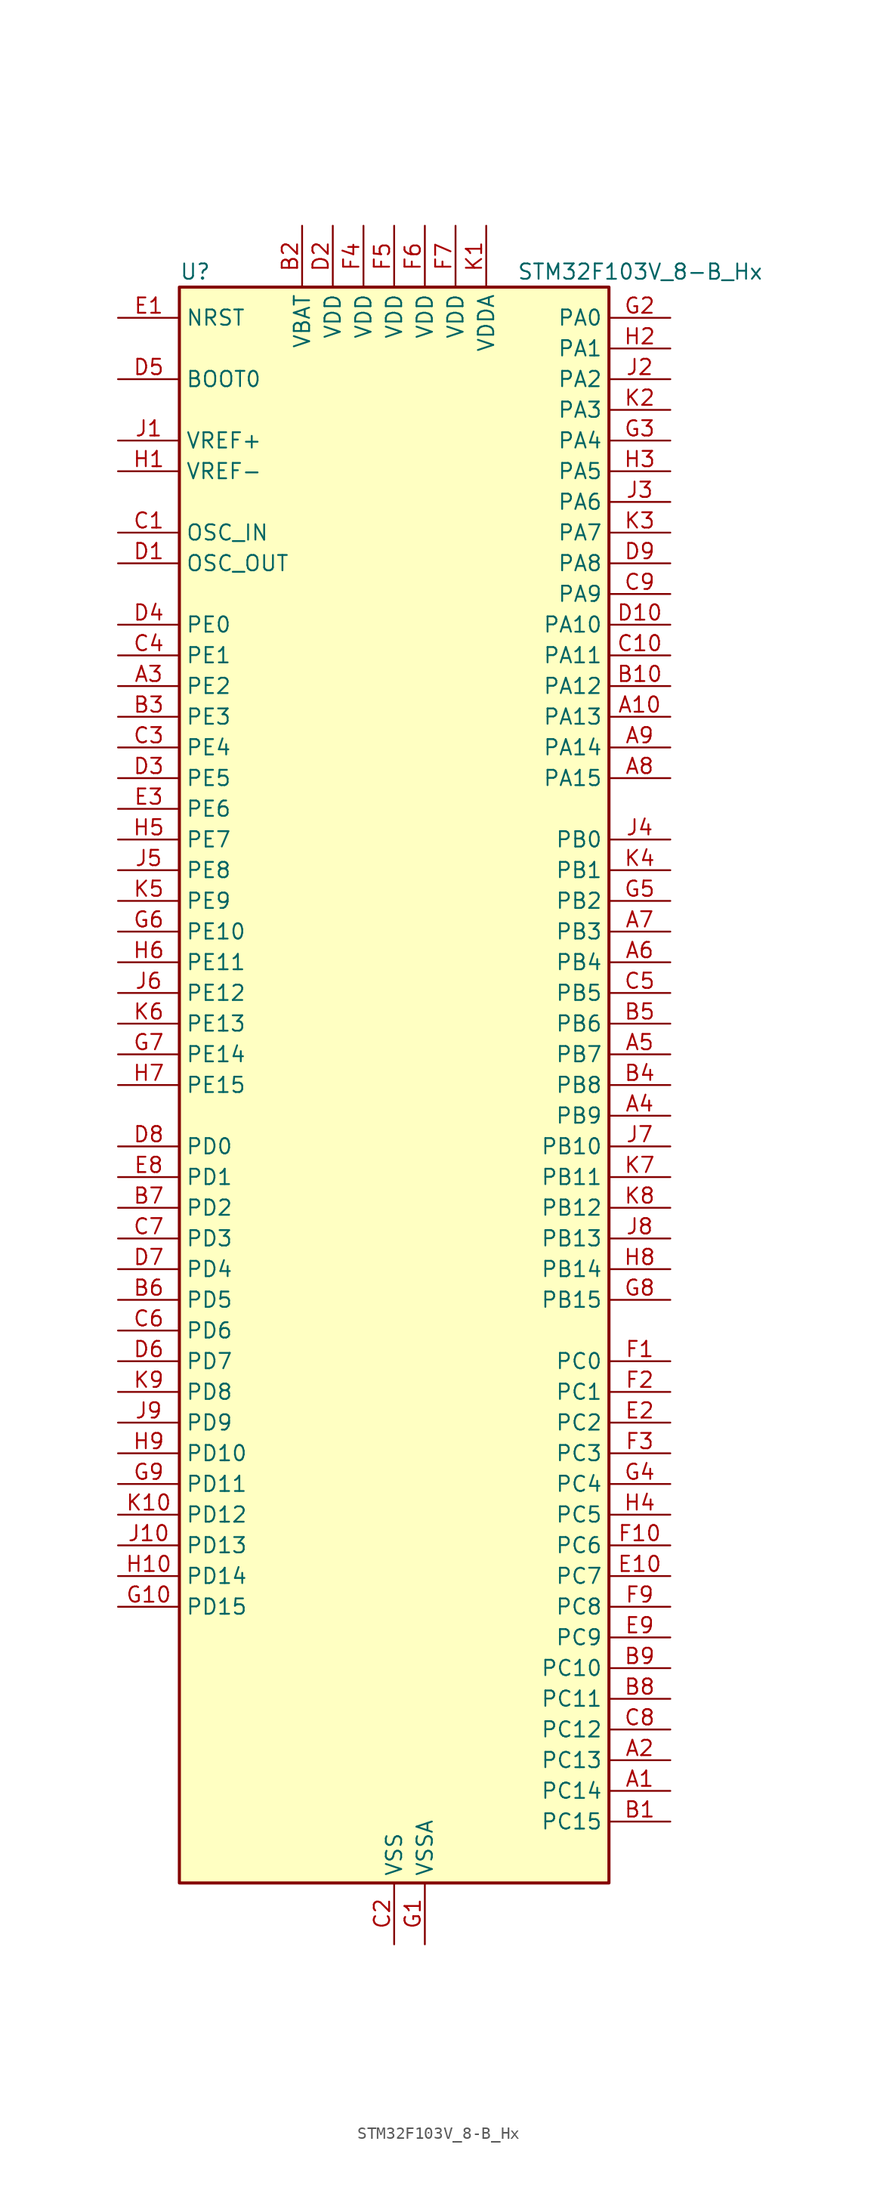
<source format=kicad_sym>
(kicad_symbol_lib
  (version 20220914)
  (generator kicad_symbol_editor)
  (symbol "STM32F103V_8-B_Hx"
    (property "Reference" "U"
      (at -17.78 67.31 0)
      (effects (font (size 1.27 1.27)) (justify left)))
    (property "Value" "STM32F103V_8-B_Hx"
      (at 10.16 67.31 0)
      (effects (font (size 1.27 1.27)) (justify left)))
    (property "ki_locked" ""
      (at 0 0 0)
      (effects (font (size 1.27 1.27))))
    (symbol "STM32F103V_8-B_Hx_0_1"
      (rectangle (start -17.78 -66.04) (end 17.78 66.04) (stroke (width 0.254) (type default)) (fill (type background))))
    (symbol "STM32F103V_8-B_Hx_1_1"
      (pin bidirectional line (at 22.86 -58.42 180) (length 5.08) (name "PC14" (effects (font (size 1.27 1.27)))) (number "A1" (effects (font (size 1.27 1.27)))) (alternate "RCC_OSC32_IN" bidirectional line))
      (pin bidirectional line (at 22.86 30.48 180) (length 5.08) (name "PA13" (effects (font (size 1.27 1.27)))) (number "A10" (effects (font (size 1.27 1.27)))) (alternate "SYS_JTMS-SWDIO" bidirectional line))
      (pin bidirectional line (at 22.86 -55.88 180) (length 5.08) (name "PC13" (effects (font (size 1.27 1.27)))) (number "A2" (effects (font (size 1.27 1.27)))) (alternate "RTC_OUT" bidirectional line) (alternate "RTC_TAMPER" bidirectional line))
      (pin bidirectional line (at -22.86 33.02 0) (length 5.08) (name "PE2" (effects (font (size 1.27 1.27)))) (number "A3" (effects (font (size 1.27 1.27)))) (alternate "SYS_TRACECLK" bidirectional line))
      (pin bidirectional line (at 22.86 -2.54 180) (length 5.08) (name "PB9" (effects (font (size 1.27 1.27)))) (number "A4" (effects (font (size 1.27 1.27)))) (alternate "CAN_TX" bidirectional line) (alternate "I2C1_SDA" bidirectional line) (alternate "TIM4_CH4" bidirectional line))
      (pin bidirectional line (at 22.86 2.54 180) (length 5.08) (name "PB7" (effects (font (size 1.27 1.27)))) (number "A5" (effects (font (size 1.27 1.27)))) (alternate "I2C1_SDA" bidirectional line) (alternate "TIM4_CH2" bidirectional line) (alternate "USART1_RX" bidirectional line))
      (pin bidirectional line (at 22.86 10.16 180) (length 5.08) (name "PB4" (effects (font (size 1.27 1.27)))) (number "A6" (effects (font (size 1.27 1.27)))) (alternate "SPI1_MISO" bidirectional line) (alternate "SYS_NJTRST" bidirectional line) (alternate "TIM3_CH1" bidirectional line))
      (pin bidirectional line (at 22.86 12.7 180) (length 5.08) (name "PB3" (effects (font (size 1.27 1.27)))) (number "A7" (effects (font (size 1.27 1.27)))) (alternate "SPI1_SCK" bidirectional line) (alternate "SYS_JTDO-TRACESWO" bidirectional line) (alternate "TIM2_CH2" bidirectional line))
      (pin bidirectional line (at 22.86 25.4 180) (length 5.08) (name "PA15" (effects (font (size 1.27 1.27)))) (number "A8" (effects (font (size 1.27 1.27)))) (alternate "ADC1_EXTI15" bidirectional line) (alternate "ADC2_EXTI15" bidirectional line) (alternate "SPI1_NSS" bidirectional line) (alternate "SYS_JTDI" bidirectional line) (alternate "TIM2_CH1" bidirectional line) (alternate "TIM2_ETR" bidirectional line))
      (pin bidirectional line (at 22.86 27.94 180) (length 5.08) (name "PA14" (effects (font (size 1.27 1.27)))) (number "A9" (effects (font (size 1.27 1.27)))) (alternate "SYS_JTCK-SWCLK" bidirectional line))
      (pin bidirectional line (at 22.86 -60.96 180) (length 5.08) (name "PC15" (effects (font (size 1.27 1.27)))) (number "B1" (effects (font (size 1.27 1.27)))) (alternate "ADC1_EXTI15" bidirectional line) (alternate "ADC2_EXTI15" bidirectional line) (alternate "RCC_OSC32_OUT" bidirectional line))
      (pin bidirectional line (at 22.86 33.02 180) (length 5.08) (name "PA12" (effects (font (size 1.27 1.27)))) (number "B10" (effects (font (size 1.27 1.27)))) (alternate "CAN_TX" bidirectional line) (alternate "TIM1_ETR" bidirectional line) (alternate "USART1_RTS" bidirectional line) (alternate "USB_DP" bidirectional line))
      (pin power_in line (at -7.62 71.12 270) (length 5.08) (name "VBAT" (effects (font (size 1.27 1.27)))) (number "B2" (effects (font (size 1.27 1.27)))))
      (pin bidirectional line (at -22.86 30.48 0) (length 5.08) (name "PE3" (effects (font (size 1.27 1.27)))) (number "B3" (effects (font (size 1.27 1.27)))) (alternate "SYS_TRACED0" bidirectional line))
      (pin bidirectional line (at 22.86 0 180) (length 5.08) (name "PB8" (effects (font (size 1.27 1.27)))) (number "B4" (effects (font (size 1.27 1.27)))) (alternate "CAN_RX" bidirectional line) (alternate "I2C1_SCL" bidirectional line) (alternate "TIM4_CH3" bidirectional line))
      (pin bidirectional line (at 22.86 5.08 180) (length 5.08) (name "PB6" (effects (font (size 1.27 1.27)))) (number "B5" (effects (font (size 1.27 1.27)))) (alternate "I2C1_SCL" bidirectional line) (alternate "TIM4_CH1" bidirectional line) (alternate "USART1_TX" bidirectional line))
      (pin bidirectional line (at -22.86 -17.78 0) (length 5.08) (name "PD5" (effects (font (size 1.27 1.27)))) (number "B6" (effects (font (size 1.27 1.27)))) (alternate "USART2_TX" bidirectional line))
      (pin bidirectional line (at -22.86 -10.16 0) (length 5.08) (name "PD2" (effects (font (size 1.27 1.27)))) (number "B7" (effects (font (size 1.27 1.27)))) (alternate "TIM3_ETR" bidirectional line))
      (pin bidirectional line (at 22.86 -50.8 180) (length 5.08) (name "PC11" (effects (font (size 1.27 1.27)))) (number "B8" (effects (font (size 1.27 1.27)))) (alternate "ADC1_EXTI11" bidirectional line) (alternate "ADC2_EXTI11" bidirectional line) (alternate "USART3_RX" bidirectional line))
      (pin bidirectional line (at 22.86 -48.26 180) (length 5.08) (name "PC10" (effects (font (size 1.27 1.27)))) (number "B9" (effects (font (size 1.27 1.27)))) (alternate "USART3_TX" bidirectional line))
      (pin input line (at -22.86 45.72 0) (length 5.08) (name "OSC_IN" (effects (font (size 1.27 1.27)))) (number "C1" (effects (font (size 1.27 1.27)))) (alternate "RCC_OSC_IN" bidirectional line))
      (pin bidirectional line (at 22.86 35.56 180) (length 5.08) (name "PA11" (effects (font (size 1.27 1.27)))) (number "C10" (effects (font (size 1.27 1.27)))) (alternate "ADC1_EXTI11" bidirectional line) (alternate "ADC2_EXTI11" bidirectional line) (alternate "CAN_RX" bidirectional line) (alternate "TIM1_CH4" bidirectional line) (alternate "USART1_CTS" bidirectional line) (alternate "USB_DM" bidirectional line))
      (pin power_in line (at 0 -71.12 90) (length 5.08) (name "VSS" (effects (font (size 1.27 1.27)))) (number "C2" (effects (font (size 1.27 1.27)))))
      (pin bidirectional line (at -22.86 27.94 0) (length 5.08) (name "PE4" (effects (font (size 1.27 1.27)))) (number "C3" (effects (font (size 1.27 1.27)))) (alternate "SYS_TRACED1" bidirectional line))
      (pin bidirectional line (at -22.86 35.56 0) (length 5.08) (name "PE1" (effects (font (size 1.27 1.27)))) (number "C4" (effects (font (size 1.27 1.27)))))
      (pin bidirectional line (at 22.86 7.62 180) (length 5.08) (name "PB5" (effects (font (size 1.27 1.27)))) (number "C5" (effects (font (size 1.27 1.27)))) (alternate "I2C1_SMBA" bidirectional line) (alternate "SPI1_MOSI" bidirectional line) (alternate "TIM3_CH2" bidirectional line))
      (pin bidirectional line (at -22.86 -20.32 0) (length 5.08) (name "PD6" (effects (font (size 1.27 1.27)))) (number "C6" (effects (font (size 1.27 1.27)))) (alternate "USART2_RX" bidirectional line))
      (pin bidirectional line (at -22.86 -12.7 0) (length 5.08) (name "PD3" (effects (font (size 1.27 1.27)))) (number "C7" (effects (font (size 1.27 1.27)))) (alternate "USART2_CTS" bidirectional line))
      (pin bidirectional line (at 22.86 -53.34 180) (length 5.08) (name "PC12" (effects (font (size 1.27 1.27)))) (number "C8" (effects (font (size 1.27 1.27)))) (alternate "USART3_CK" bidirectional line))
      (pin bidirectional line (at 22.86 40.64 180) (length 5.08) (name "PA9" (effects (font (size 1.27 1.27)))) (number "C9" (effects (font (size 1.27 1.27)))) (alternate "TIM1_CH2" bidirectional line) (alternate "USART1_TX" bidirectional line))
      (pin input line (at -22.86 43.18 0) (length 5.08) (name "OSC_OUT" (effects (font (size 1.27 1.27)))) (number "D1" (effects (font (size 1.27 1.27)))) (alternate "RCC_OSC_OUT" bidirectional line))
      (pin bidirectional line (at 22.86 38.1 180) (length 5.08) (name "PA10" (effects (font (size 1.27 1.27)))) (number "D10" (effects (font (size 1.27 1.27)))) (alternate "TIM1_CH3" bidirectional line) (alternate "USART1_RX" bidirectional line))
      (pin power_in line (at -5.08 71.12 270) (length 5.08) (name "VDD" (effects (font (size 1.27 1.27)))) (number "D2" (effects (font (size 1.27 1.27)))))
      (pin bidirectional line (at -22.86 25.4 0) (length 5.08) (name "PE5" (effects (font (size 1.27 1.27)))) (number "D3" (effects (font (size 1.27 1.27)))) (alternate "SYS_TRACED2" bidirectional line))
      (pin bidirectional line (at -22.86 38.1 0) (length 5.08) (name "PE0" (effects (font (size 1.27 1.27)))) (number "D4" (effects (font (size 1.27 1.27)))) (alternate "TIM4_ETR" bidirectional line))
      (pin input line (at -22.86 58.42 0) (length 5.08) (name "BOOT0" (effects (font (size 1.27 1.27)))) (number "D5" (effects (font (size 1.27 1.27)))))
      (pin bidirectional line (at -22.86 -22.86 0) (length 5.08) (name "PD7" (effects (font (size 1.27 1.27)))) (number "D6" (effects (font (size 1.27 1.27)))) (alternate "USART2_CK" bidirectional line))
      (pin bidirectional line (at -22.86 -15.24 0) (length 5.08) (name "PD4" (effects (font (size 1.27 1.27)))) (number "D7" (effects (font (size 1.27 1.27)))) (alternate "USART2_RTS" bidirectional line))
      (pin bidirectional line (at -22.86 -5.08 0) (length 5.08) (name "PD0" (effects (font (size 1.27 1.27)))) (number "D8" (effects (font (size 1.27 1.27)))) (alternate "CAN_RX" bidirectional line))
      (pin bidirectional line (at 22.86 43.18 180) (length 5.08) (name "PA8" (effects (font (size 1.27 1.27)))) (number "D9" (effects (font (size 1.27 1.27)))) (alternate "RCC_MCO" bidirectional line) (alternate "TIM1_CH1" bidirectional line) (alternate "USART1_CK" bidirectional line))
      (pin input line (at -22.86 63.5 0) (length 5.08) (name "NRST" (effects (font (size 1.27 1.27)))) (number "E1" (effects (font (size 1.27 1.27)))))
      (pin bidirectional line (at 22.86 -40.64 180) (length 5.08) (name "PC7" (effects (font (size 1.27 1.27)))) (number "E10" (effects (font (size 1.27 1.27)))) (alternate "TIM3_CH2" bidirectional line))
      (pin bidirectional line (at 22.86 -27.94 180) (length 5.08) (name "PC2" (effects (font (size 1.27 1.27)))) (number "E2" (effects (font (size 1.27 1.27)))) (alternate "ADC1_IN12" bidirectional line) (alternate "ADC2_IN12" bidirectional line))
      (pin bidirectional line (at -22.86 22.86 0) (length 5.08) (name "PE6" (effects (font (size 1.27 1.27)))) (number "E3" (effects (font (size 1.27 1.27)))) (alternate "SYS_TRACED3" bidirectional line))
      (pin passive line (at 0 -71.12 90) (length 5.08) hide (name "VSS" (effects (font (size 1.27 1.27)))) (number "E4" (effects (font (size 1.27 1.27)))))
      (pin passive line (at 0 -71.12 90) (length 5.08) hide (name "VSS" (effects (font (size 1.27 1.27)))) (number "E5" (effects (font (size 1.27 1.27)))))
      (pin passive line (at 0 -71.12 90) (length 5.08) hide (name "VSS" (effects (font (size 1.27 1.27)))) (number "E6" (effects (font (size 1.27 1.27)))))
      (pin passive line (at 0 -71.12 90) (length 5.08) hide (name "VSS" (effects (font (size 1.27 1.27)))) (number "E7" (effects (font (size 1.27 1.27)))))
      (pin bidirectional line (at -22.86 -7.62 0) (length 5.08) (name "PD1" (effects (font (size 1.27 1.27)))) (number "E8" (effects (font (size 1.27 1.27)))) (alternate "CAN_TX" bidirectional line))
      (pin bidirectional line (at 22.86 -45.72 180) (length 5.08) (name "PC9" (effects (font (size 1.27 1.27)))) (number "E9" (effects (font (size 1.27 1.27)))) (alternate "TIM3_CH4" bidirectional line))
      (pin bidirectional line (at 22.86 -22.86 180) (length 5.08) (name "PC0" (effects (font (size 1.27 1.27)))) (number "F1" (effects (font (size 1.27 1.27)))) (alternate "ADC1_IN10" bidirectional line) (alternate "ADC2_IN10" bidirectional line))
      (pin bidirectional line (at 22.86 -38.1 180) (length 5.08) (name "PC6" (effects (font (size 1.27 1.27)))) (number "F10" (effects (font (size 1.27 1.27)))) (alternate "TIM3_CH1" bidirectional line))
      (pin bidirectional line (at 22.86 -25.4 180) (length 5.08) (name "PC1" (effects (font (size 1.27 1.27)))) (number "F2" (effects (font (size 1.27 1.27)))) (alternate "ADC1_IN11" bidirectional line) (alternate "ADC2_IN11" bidirectional line))
      (pin bidirectional line (at 22.86 -30.48 180) (length 5.08) (name "PC3" (effects (font (size 1.27 1.27)))) (number "F3" (effects (font (size 1.27 1.27)))) (alternate "ADC1_IN13" bidirectional line) (alternate "ADC2_IN13" bidirectional line))
      (pin power_in line (at -2.54 71.12 270) (length 5.08) (name "VDD" (effects (font (size 1.27 1.27)))) (number "F4" (effects (font (size 1.27 1.27)))))
      (pin power_in line (at 0 71.12 270) (length 5.08) (name "VDD" (effects (font (size 1.27 1.27)))) (number "F5" (effects (font (size 1.27 1.27)))))
      (pin power_in line (at 2.54 71.12 270) (length 5.08) (name "VDD" (effects (font (size 1.27 1.27)))) (number "F6" (effects (font (size 1.27 1.27)))))
      (pin power_in line (at 5.08 71.12 270) (length 5.08) (name "VDD" (effects (font (size 1.27 1.27)))) (number "F7" (effects (font (size 1.27 1.27)))))
      (pin no_connect line (at -17.78 -66.04 0) (length 5.08) hide (name "NC" (effects (font (size 1.27 1.27)))) (number "F8" (effects (font (size 1.27 1.27)))))
      (pin bidirectional line (at 22.86 -43.18 180) (length 5.08) (name "PC8" (effects (font (size 1.27 1.27)))) (number "F9" (effects (font (size 1.27 1.27)))) (alternate "TIM3_CH3" bidirectional line))
      (pin power_in line (at 2.54 -71.12 90) (length 5.08) (name "VSSA" (effects (font (size 1.27 1.27)))) (number "G1" (effects (font (size 1.27 1.27)))))
      (pin bidirectional line (at -22.86 -43.18 0) (length 5.08) (name "PD15" (effects (font (size 1.27 1.27)))) (number "G10" (effects (font (size 1.27 1.27)))) (alternate "ADC1_EXTI15" bidirectional line) (alternate "ADC2_EXTI15" bidirectional line) (alternate "TIM4_CH4" bidirectional line))
      (pin bidirectional line (at 22.86 63.5 180) (length 5.08) (name "PA0" (effects (font (size 1.27 1.27)))) (number "G2" (effects (font (size 1.27 1.27)))) (alternate "ADC1_IN0" bidirectional line) (alternate "ADC2_IN0" bidirectional line) (alternate "SYS_WKUP" bidirectional line) (alternate "TIM2_CH1" bidirectional line) (alternate "TIM2_ETR" bidirectional line) (alternate "USART2_CTS" bidirectional line))
      (pin bidirectional line (at 22.86 53.34 180) (length 5.08) (name "PA4" (effects (font (size 1.27 1.27)))) (number "G3" (effects (font (size 1.27 1.27)))) (alternate "ADC1_IN4" bidirectional line) (alternate "ADC2_IN4" bidirectional line) (alternate "SPI1_NSS" bidirectional line) (alternate "USART2_CK" bidirectional line))
      (pin bidirectional line (at 22.86 -33.02 180) (length 5.08) (name "PC4" (effects (font (size 1.27 1.27)))) (number "G4" (effects (font (size 1.27 1.27)))) (alternate "ADC1_IN14" bidirectional line) (alternate "ADC2_IN14" bidirectional line))
      (pin bidirectional line (at 22.86 15.24 180) (length 5.08) (name "PB2" (effects (font (size 1.27 1.27)))) (number "G5" (effects (font (size 1.27 1.27)))))
      (pin bidirectional line (at -22.86 12.7 0) (length 5.08) (name "PE10" (effects (font (size 1.27 1.27)))) (number "G6" (effects (font (size 1.27 1.27)))) (alternate "TIM1_CH2N" bidirectional line))
      (pin bidirectional line (at -22.86 2.54 0) (length 5.08) (name "PE14" (effects (font (size 1.27 1.27)))) (number "G7" (effects (font (size 1.27 1.27)))) (alternate "TIM1_CH4" bidirectional line))
      (pin bidirectional line (at 22.86 -17.78 180) (length 5.08) (name "PB15" (effects (font (size 1.27 1.27)))) (number "G8" (effects (font (size 1.27 1.27)))) (alternate "ADC1_EXTI15" bidirectional line) (alternate "ADC2_EXTI15" bidirectional line) (alternate "SPI2_MOSI" bidirectional line) (alternate "TIM1_CH3N" bidirectional line))
      (pin bidirectional line (at -22.86 -33.02 0) (length 5.08) (name "PD11" (effects (font (size 1.27 1.27)))) (number "G9" (effects (font (size 1.27 1.27)))) (alternate "ADC1_EXTI11" bidirectional line) (alternate "ADC2_EXTI11" bidirectional line) (alternate "USART3_CTS" bidirectional line))
      (pin input line (at -22.86 50.8 0) (length 5.08) (name "VREF-" (effects (font (size 1.27 1.27)))) (number "H1" (effects (font (size 1.27 1.27)))))
      (pin bidirectional line (at -22.86 -40.64 0) (length 5.08) (name "PD14" (effects (font (size 1.27 1.27)))) (number "H10" (effects (font (size 1.27 1.27)))) (alternate "TIM4_CH3" bidirectional line))
      (pin bidirectional line (at 22.86 60.96 180) (length 5.08) (name "PA1" (effects (font (size 1.27 1.27)))) (number "H2" (effects (font (size 1.27 1.27)))) (alternate "ADC1_IN1" bidirectional line) (alternate "ADC2_IN1" bidirectional line) (alternate "TIM2_CH2" bidirectional line) (alternate "USART2_RTS" bidirectional line))
      (pin bidirectional line (at 22.86 50.8 180) (length 5.08) (name "PA5" (effects (font (size 1.27 1.27)))) (number "H3" (effects (font (size 1.27 1.27)))) (alternate "ADC1_IN5" bidirectional line) (alternate "ADC2_IN5" bidirectional line) (alternate "SPI1_SCK" bidirectional line))
      (pin bidirectional line (at 22.86 -35.56 180) (length 5.08) (name "PC5" (effects (font (size 1.27 1.27)))) (number "H4" (effects (font (size 1.27 1.27)))) (alternate "ADC1_IN15" bidirectional line) (alternate "ADC2_IN15" bidirectional line))
      (pin bidirectional line (at -22.86 20.32 0) (length 5.08) (name "PE7" (effects (font (size 1.27 1.27)))) (number "H5" (effects (font (size 1.27 1.27)))) (alternate "TIM1_ETR" bidirectional line))
      (pin bidirectional line (at -22.86 10.16 0) (length 5.08) (name "PE11" (effects (font (size 1.27 1.27)))) (number "H6" (effects (font (size 1.27 1.27)))) (alternate "ADC1_EXTI11" bidirectional line) (alternate "ADC2_EXTI11" bidirectional line) (alternate "TIM1_CH2" bidirectional line))
      (pin bidirectional line (at -22.86 0 0) (length 5.08) (name "PE15" (effects (font (size 1.27 1.27)))) (number "H7" (effects (font (size 1.27 1.27)))) (alternate "ADC1_EXTI15" bidirectional line) (alternate "ADC2_EXTI15" bidirectional line) (alternate "TIM1_BKIN" bidirectional line))
      (pin bidirectional line (at 22.86 -15.24 180) (length 5.08) (name "PB14" (effects (font (size 1.27 1.27)))) (number "H8" (effects (font (size 1.27 1.27)))) (alternate "SPI2_MISO" bidirectional line) (alternate "TIM1_CH2N" bidirectional line) (alternate "USART3_RTS" bidirectional line))
      (pin bidirectional line (at -22.86 -30.48 0) (length 5.08) (name "PD10" (effects (font (size 1.27 1.27)))) (number "H9" (effects (font (size 1.27 1.27)))) (alternate "USART3_CK" bidirectional line))
      (pin input line (at -22.86 53.34 0) (length 5.08) (name "VREF+" (effects (font (size 1.27 1.27)))) (number "J1" (effects (font (size 1.27 1.27)))))
      (pin bidirectional line (at -22.86 -38.1 0) (length 5.08) (name "PD13" (effects (font (size 1.27 1.27)))) (number "J10" (effects (font (size 1.27 1.27)))) (alternate "TIM4_CH2" bidirectional line))
      (pin bidirectional line (at 22.86 58.42 180) (length 5.08) (name "PA2" (effects (font (size 1.27 1.27)))) (number "J2" (effects (font (size 1.27 1.27)))) (alternate "ADC1_IN2" bidirectional line) (alternate "ADC2_IN2" bidirectional line) (alternate "TIM2_CH3" bidirectional line) (alternate "USART2_TX" bidirectional line))
      (pin bidirectional line (at 22.86 48.26 180) (length 5.08) (name "PA6" (effects (font (size 1.27 1.27)))) (number "J3" (effects (font (size 1.27 1.27)))) (alternate "ADC1_IN6" bidirectional line) (alternate "ADC2_IN6" bidirectional line) (alternate "SPI1_MISO" bidirectional line) (alternate "TIM1_BKIN" bidirectional line) (alternate "TIM3_CH1" bidirectional line))
      (pin bidirectional line (at 22.86 20.32 180) (length 5.08) (name "PB0" (effects (font (size 1.27 1.27)))) (number "J4" (effects (font (size 1.27 1.27)))) (alternate "ADC1_IN8" bidirectional line) (alternate "ADC2_IN8" bidirectional line) (alternate "TIM1_CH2N" bidirectional line) (alternate "TIM3_CH3" bidirectional line))
      (pin bidirectional line (at -22.86 17.78 0) (length 5.08) (name "PE8" (effects (font (size 1.27 1.27)))) (number "J5" (effects (font (size 1.27 1.27)))) (alternate "TIM1_CH1N" bidirectional line))
      (pin bidirectional line (at -22.86 7.62 0) (length 5.08) (name "PE12" (effects (font (size 1.27 1.27)))) (number "J6" (effects (font (size 1.27 1.27)))) (alternate "TIM1_CH3N" bidirectional line))
      (pin bidirectional line (at 22.86 -5.08 180) (length 5.08) (name "PB10" (effects (font (size 1.27 1.27)))) (number "J7" (effects (font (size 1.27 1.27)))) (alternate "I2C2_SCL" bidirectional line) (alternate "TIM2_CH3" bidirectional line) (alternate "USART3_TX" bidirectional line))
      (pin bidirectional line (at 22.86 -12.7 180) (length 5.08) (name "PB13" (effects (font (size 1.27 1.27)))) (number "J8" (effects (font (size 1.27 1.27)))) (alternate "SPI2_SCK" bidirectional line) (alternate "TIM1_CH1N" bidirectional line) (alternate "USART3_CTS" bidirectional line))
      (pin bidirectional line (at -22.86 -27.94 0) (length 5.08) (name "PD9" (effects (font (size 1.27 1.27)))) (number "J9" (effects (font (size 1.27 1.27)))) (alternate "USART3_RX" bidirectional line))
      (pin power_in line (at 7.62 71.12 270) (length 5.08) (name "VDDA" (effects (font (size 1.27 1.27)))) (number "K1" (effects (font (size 1.27 1.27)))))
      (pin bidirectional line (at -22.86 -35.56 0) (length 5.08) (name "PD12" (effects (font (size 1.27 1.27)))) (number "K10" (effects (font (size 1.27 1.27)))) (alternate "TIM4_CH1" bidirectional line) (alternate "USART3_RTS" bidirectional line))
      (pin bidirectional line (at 22.86 55.88 180) (length 5.08) (name "PA3" (effects (font (size 1.27 1.27)))) (number "K2" (effects (font (size 1.27 1.27)))) (alternate "ADC1_IN3" bidirectional line) (alternate "ADC2_IN3" bidirectional line) (alternate "TIM2_CH4" bidirectional line) (alternate "USART2_RX" bidirectional line))
      (pin bidirectional line (at 22.86 45.72 180) (length 5.08) (name "PA7" (effects (font (size 1.27 1.27)))) (number "K3" (effects (font (size 1.27 1.27)))) (alternate "ADC1_IN7" bidirectional line) (alternate "ADC2_IN7" bidirectional line) (alternate "SPI1_MOSI" bidirectional line) (alternate "TIM1_CH1N" bidirectional line) (alternate "TIM3_CH2" bidirectional line))
      (pin bidirectional line (at 22.86 17.78 180) (length 5.08) (name "PB1" (effects (font (size 1.27 1.27)))) (number "K4" (effects (font (size 1.27 1.27)))) (alternate "ADC1_IN9" bidirectional line) (alternate "ADC2_IN9" bidirectional line) (alternate "TIM1_CH3N" bidirectional line) (alternate "TIM3_CH4" bidirectional line))
      (pin bidirectional line (at -22.86 15.24 0) (length 5.08) (name "PE9" (effects (font (size 1.27 1.27)))) (number "K5" (effects (font (size 1.27 1.27)))) (alternate "TIM1_CH1" bidirectional line))
      (pin bidirectional line (at -22.86 5.08 0) (length 5.08) (name "PE13" (effects (font (size 1.27 1.27)))) (number "K6" (effects (font (size 1.27 1.27)))) (alternate "TIM1_CH3" bidirectional line))
      (pin bidirectional line (at 22.86 -7.62 180) (length 5.08) (name "PB11" (effects (font (size 1.27 1.27)))) (number "K7" (effects (font (size 1.27 1.27)))) (alternate "ADC1_EXTI11" bidirectional line) (alternate "ADC2_EXTI11" bidirectional line) (alternate "I2C2_SDA" bidirectional line) (alternate "TIM2_CH4" bidirectional line) (alternate "USART3_RX" bidirectional line))
      (pin bidirectional line (at 22.86 -10.16 180) (length 5.08) (name "PB12" (effects (font (size 1.27 1.27)))) (number "K8" (effects (font (size 1.27 1.27)))) (alternate "I2C2_SMBA" bidirectional line) (alternate "SPI2_NSS" bidirectional line) (alternate "TIM1_BKIN" bidirectional line) (alternate "USART3_CK" bidirectional line))
      (pin bidirectional line (at -22.86 -25.4 0) (length 5.08) (name "PD8" (effects (font (size 1.27 1.27)))) (number "K9" (effects (font (size 1.27 1.27)))) (alternate "USART3_TX" bidirectional line)))))
</source>
